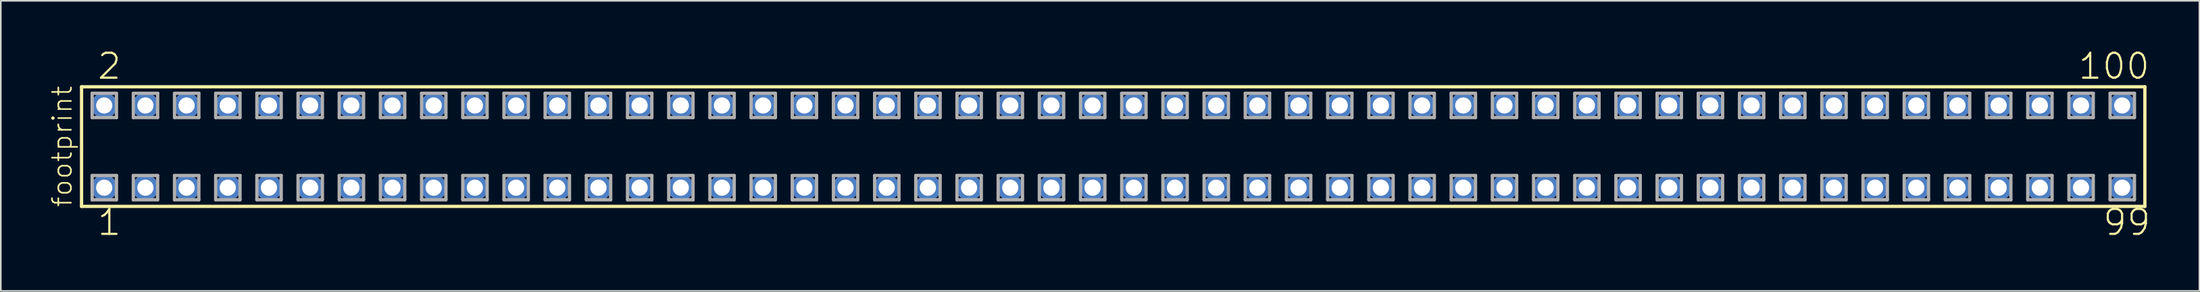
<source format=kicad_pcb>
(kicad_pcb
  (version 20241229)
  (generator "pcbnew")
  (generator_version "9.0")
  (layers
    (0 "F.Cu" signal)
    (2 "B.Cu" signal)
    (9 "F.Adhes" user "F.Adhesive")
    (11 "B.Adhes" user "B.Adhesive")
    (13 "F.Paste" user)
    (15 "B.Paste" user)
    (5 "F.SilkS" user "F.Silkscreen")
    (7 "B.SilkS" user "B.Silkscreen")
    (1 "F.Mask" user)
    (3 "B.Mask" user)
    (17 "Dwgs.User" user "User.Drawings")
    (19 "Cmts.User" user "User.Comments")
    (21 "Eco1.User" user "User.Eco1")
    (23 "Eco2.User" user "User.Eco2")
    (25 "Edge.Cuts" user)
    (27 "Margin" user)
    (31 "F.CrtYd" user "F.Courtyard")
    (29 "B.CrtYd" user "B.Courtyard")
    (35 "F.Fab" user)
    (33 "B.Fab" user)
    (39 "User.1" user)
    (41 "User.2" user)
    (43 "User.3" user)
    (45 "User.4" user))
  (footprint "footprint"
    (layer "F.Cu")
    (at 65.608 6.009)
    (property "Reference" "footprint" (at -64.135 3.81 90) (layer "F.SilkS") (effects (font (size 1.168 1.168) (thickness 0.102)) (justify left bottom)))
    (fp_line (start -63.629 -3.695) (end 63.629 -3.695) (stroke (width 0.203) (type solid)) (layer "F.SilkS"))
    (fp_line (start -63.629 3.695) (end -63.629 -3.695) (stroke (width 0.203) (type solid)) (layer "F.SilkS"))
    (fp_line (start 63.629 -3.695) (end 63.629 3.695) (stroke (width 0.203) (type solid)) (layer "F.SilkS"))
    (fp_line (start 63.629 3.695) (end -63.629 3.695) (stroke (width 0.203) (type solid)) (layer "F.SilkS"))
    (fp_line (start -62.975 -3.295) (end -61.475 -3.295) (stroke (width 0.203) (type solid)) (layer "F.Fab"))
    (fp_line (start -62.975 -1.795) (end -62.975 -3.295) (stroke (width 0.203) (type solid)) (layer "F.Fab"))
    (fp_line (start -62.975 1.785) (end -61.475 1.785) (stroke (width 0.203) (type solid)) (layer "F.Fab"))
    (fp_line (start -62.975 3.285) (end -62.975 1.785) (stroke (width 0.203) (type solid)) (layer "F.Fab"))
    (fp_line (start -61.475 -3.295) (end -61.475 -1.795) (stroke (width 0.203) (type solid)) (layer "F.Fab"))
    (fp_line (start -61.475 -1.795) (end -62.975 -1.795) (stroke (width 0.203) (type solid)) (layer "F.Fab"))
    (fp_line (start -61.475 1.785) (end -61.475 3.285) (stroke (width 0.203) (type solid)) (layer "F.Fab"))
    (fp_line (start -61.475 3.285) (end -62.975 3.285) (stroke (width 0.203) (type solid)) (layer "F.Fab"))
    (fp_line (start -60.435 -3.295) (end -58.935 -3.295) (stroke (width 0.203) (type solid)) (layer "F.Fab"))
    (fp_line (start -60.435 -1.795) (end -60.435 -3.295) (stroke (width 0.203) (type solid)) (layer "F.Fab"))
    (fp_line (start -60.435 1.785) (end -58.935 1.785) (stroke (width 0.203) (type solid)) (layer "F.Fab"))
    (fp_line (start -60.435 3.285) (end -60.435 1.785) (stroke (width 0.203) (type solid)) (layer "F.Fab"))
    (fp_line (start -58.935 -3.295) (end -58.935 -1.795) (stroke (width 0.203) (type solid)) (layer "F.Fab"))
    (fp_line (start -58.935 -1.795) (end -60.435 -1.795) (stroke (width 0.203) (type solid)) (layer "F.Fab"))
    (fp_line (start -58.935 1.785) (end -58.935 3.285) (stroke (width 0.203) (type solid)) (layer "F.Fab"))
    (fp_line (start -58.935 3.285) (end -60.435 3.285) (stroke (width 0.203) (type solid)) (layer "F.Fab"))
    (fp_line (start -57.895 -3.295) (end -56.395 -3.295) (stroke (width 0.203) (type solid)) (layer "F.Fab"))
    (fp_line (start -57.895 -1.795) (end -57.895 -3.295) (stroke (width 0.203) (type solid)) (layer "F.Fab"))
    (fp_line (start -57.895 1.785) (end -56.395 1.785) (stroke (width 0.203) (type solid)) (layer "F.Fab"))
    (fp_line (start -57.895 3.285) (end -57.895 1.785) (stroke (width 0.203) (type solid)) (layer "F.Fab"))
    (fp_line (start -56.395 -3.295) (end -56.395 -1.795) (stroke (width 0.203) (type solid)) (layer "F.Fab"))
    (fp_line (start -56.395 -1.795) (end -57.895 -1.795) (stroke (width 0.203) (type solid)) (layer "F.Fab"))
    (fp_line (start -56.395 1.785) (end -56.395 3.285) (stroke (width 0.203) (type solid)) (layer "F.Fab"))
    (fp_line (start -56.395 3.285) (end -57.895 3.285) (stroke (width 0.203) (type solid)) (layer "F.Fab"))
    (fp_line (start -55.355 -3.295) (end -53.855 -3.295) (stroke (width 0.203) (type solid)) (layer "F.Fab"))
    (fp_line (start -55.355 -1.795) (end -55.355 -3.295) (stroke (width 0.203) (type solid)) (layer "F.Fab"))
    (fp_line (start -55.355 1.785) (end -53.855 1.785) (stroke (width 0.203) (type solid)) (layer "F.Fab"))
    (fp_line (start -55.355 3.285) (end -55.355 1.785) (stroke (width 0.203) (type solid)) (layer "F.Fab"))
    (fp_line (start -53.855 -3.295) (end -53.855 -1.795) (stroke (width 0.203) (type solid)) (layer "F.Fab"))
    (fp_line (start -53.855 -1.795) (end -55.355 -1.795) (stroke (width 0.203) (type solid)) (layer "F.Fab"))
    (fp_line (start -53.855 1.785) (end -53.855 3.285) (stroke (width 0.203) (type solid)) (layer "F.Fab"))
    (fp_line (start -53.855 3.285) (end -55.355 3.285) (stroke (width 0.203) (type solid)) (layer "F.Fab"))
    (fp_line (start -52.815 -3.295) (end -51.315 -3.295) (stroke (width 0.203) (type solid)) (layer "F.Fab"))
    (fp_line (start -52.815 -1.795) (end -52.815 -3.295) (stroke (width 0.203) (type solid)) (layer "F.Fab"))
    (fp_line (start -52.815 1.785) (end -51.315 1.785) (stroke (width 0.203) (type solid)) (layer "F.Fab"))
    (fp_line (start -52.815 3.285) (end -52.815 1.785) (stroke (width 0.203) (type solid)) (layer "F.Fab"))
    (fp_line (start -51.315 -3.295) (end -51.315 -1.795) (stroke (width 0.203) (type solid)) (layer "F.Fab"))
    (fp_line (start -51.315 -1.795) (end -52.815 -1.795) (stroke (width 0.203) (type solid)) (layer "F.Fab"))
    (fp_line (start -51.315 1.785) (end -51.315 3.285) (stroke (width 0.203) (type solid)) (layer "F.Fab"))
    (fp_line (start -51.315 3.285) (end -52.815 3.285) (stroke (width 0.203) (type solid)) (layer "F.Fab"))
    (fp_line (start -50.275 -3.295) (end -48.775 -3.295) (stroke (width 0.203) (type solid)) (layer "F.Fab"))
    (fp_line (start -50.275 -1.795) (end -50.275 -3.295) (stroke (width 0.203) (type solid)) (layer "F.Fab"))
    (fp_line (start -50.275 1.785) (end -48.775 1.785) (stroke (width 0.203) (type solid)) (layer "F.Fab"))
    (fp_line (start -50.275 3.285) (end -50.275 1.785) (stroke (width 0.203) (type solid)) (layer "F.Fab"))
    (fp_line (start -48.775 -3.295) (end -48.775 -1.795) (stroke (width 0.203) (type solid)) (layer "F.Fab"))
    (fp_line (start -48.775 -1.795) (end -50.275 -1.795) (stroke (width 0.203) (type solid)) (layer "F.Fab"))
    (fp_line (start -48.775 1.785) (end -48.775 3.285) (stroke (width 0.203) (type solid)) (layer "F.Fab"))
    (fp_line (start -48.775 3.285) (end -50.275 3.285) (stroke (width 0.203) (type solid)) (layer "F.Fab"))
    (fp_line (start -47.735 -3.295) (end -46.235 -3.295) (stroke (width 0.203) (type solid)) (layer "F.Fab"))
    (fp_line (start -47.735 -1.795) (end -47.735 -3.295) (stroke (width 0.203) (type solid)) (layer "F.Fab"))
    (fp_line (start -47.735 1.785) (end -46.235 1.785) (stroke (width 0.203) (type solid)) (layer "F.Fab"))
    (fp_line (start -47.735 3.285) (end -47.735 1.785) (stroke (width 0.203) (type solid)) (layer "F.Fab"))
    (fp_line (start -46.235 -3.295) (end -46.235 -1.795) (stroke (width 0.203) (type solid)) (layer "F.Fab"))
    (fp_line (start -46.235 -1.795) (end -47.735 -1.795) (stroke (width 0.203) (type solid)) (layer "F.Fab"))
    (fp_line (start -46.235 1.785) (end -46.235 3.285) (stroke (width 0.203) (type solid)) (layer "F.Fab"))
    (fp_line (start -46.235 3.285) (end -47.735 3.285) (stroke (width 0.203) (type solid)) (layer "F.Fab"))
    (fp_line (start -45.195 -3.295) (end -43.695 -3.295) (stroke (width 0.203) (type solid)) (layer "F.Fab"))
    (fp_line (start -45.195 -1.795) (end -45.195 -3.295) (stroke (width 0.203) (type solid)) (layer "F.Fab"))
    (fp_line (start -45.195 1.785) (end -43.695 1.785) (stroke (width 0.203) (type solid)) (layer "F.Fab"))
    (fp_line (start -45.195 3.285) (end -45.195 1.785) (stroke (width 0.203) (type solid)) (layer "F.Fab"))
    (fp_line (start -43.695 -3.295) (end -43.695 -1.795) (stroke (width 0.203) (type solid)) (layer "F.Fab"))
    (fp_line (start -43.695 -1.795) (end -45.195 -1.795) (stroke (width 0.203) (type solid)) (layer "F.Fab"))
    (fp_line (start -43.695 1.785) (end -43.695 3.285) (stroke (width 0.203) (type solid)) (layer "F.Fab"))
    (fp_line (start -43.695 3.285) (end -45.195 3.285) (stroke (width 0.203) (type solid)) (layer "F.Fab"))
    (fp_line (start -42.655 -3.295) (end -41.155 -3.295) (stroke (width 0.203) (type solid)) (layer "F.Fab"))
    (fp_line (start -42.655 -1.795) (end -42.655 -3.295) (stroke (width 0.203) (type solid)) (layer "F.Fab"))
    (fp_line (start -42.655 1.785) (end -41.155 1.785) (stroke (width 0.203) (type solid)) (layer "F.Fab"))
    (fp_line (start -42.655 3.285) (end -42.655 1.785) (stroke (width 0.203) (type solid)) (layer "F.Fab"))
    (fp_line (start -41.155 -3.295) (end -41.155 -1.795) (stroke (width 0.203) (type solid)) (layer "F.Fab"))
    (fp_line (start -41.155 -1.795) (end -42.655 -1.795) (stroke (width 0.203) (type solid)) (layer "F.Fab"))
    (fp_line (start -41.155 1.785) (end -41.155 3.285) (stroke (width 0.203) (type solid)) (layer "F.Fab"))
    (fp_line (start -41.155 3.285) (end -42.655 3.285) (stroke (width 0.203) (type solid)) (layer "F.Fab"))
    (fp_line (start -40.115 -3.295) (end -38.615 -3.295) (stroke (width 0.203) (type solid)) (layer "F.Fab"))
    (fp_line (start -40.115 -1.795) (end -40.115 -3.295) (stroke (width 0.203) (type solid)) (layer "F.Fab"))
    (fp_line (start -40.115 1.785) (end -38.615 1.785) (stroke (width 0.203) (type solid)) (layer "F.Fab"))
    (fp_line (start -40.115 3.285) (end -40.115 1.785) (stroke (width 0.203) (type solid)) (layer "F.Fab"))
    (fp_line (start -38.615 -3.295) (end -38.615 -1.795) (stroke (width 0.203) (type solid)) (layer "F.Fab"))
    (fp_line (start -38.615 -1.795) (end -40.115 -1.795) (stroke (width 0.203) (type solid)) (layer "F.Fab"))
    (fp_line (start -38.615 1.785) (end -38.615 3.285) (stroke (width 0.203) (type solid)) (layer "F.Fab"))
    (fp_line (start -38.615 3.285) (end -40.115 3.285) (stroke (width 0.203) (type solid)) (layer "F.Fab"))
    (fp_line (start -37.575 -3.295) (end -36.075 -3.295) (stroke (width 0.203) (type solid)) (layer "F.Fab"))
    (fp_line (start -37.575 -1.795) (end -37.575 -3.295) (stroke (width 0.203) (type solid)) (layer "F.Fab"))
    (fp_line (start -37.575 1.785) (end -36.075 1.785) (stroke (width 0.203) (type solid)) (layer "F.Fab"))
    (fp_line (start -37.575 3.285) (end -37.575 1.785) (stroke (width 0.203) (type solid)) (layer "F.Fab"))
    (fp_line (start -36.075 -3.295) (end -36.075 -1.795) (stroke (width 0.203) (type solid)) (layer "F.Fab"))
    (fp_line (start -36.075 -1.795) (end -37.575 -1.795) (stroke (width 0.203) (type solid)) (layer "F.Fab"))
    (fp_line (start -36.075 1.785) (end -36.075 3.285) (stroke (width 0.203) (type solid)) (layer "F.Fab"))
    (fp_line (start -36.075 3.285) (end -37.575 3.285) (stroke (width 0.203) (type solid)) (layer "F.Fab"))
    (fp_line (start -35.035 -3.295) (end -33.535 -3.295) (stroke (width 0.203) (type solid)) (layer "F.Fab"))
    (fp_line (start -35.035 -1.795) (end -35.035 -3.295) (stroke (width 0.203) (type solid)) (layer "F.Fab"))
    (fp_line (start -35.035 1.785) (end -33.535 1.785) (stroke (width 0.203) (type solid)) (layer "F.Fab"))
    (fp_line (start -35.035 3.285) (end -35.035 1.785) (stroke (width 0.203) (type solid)) (layer "F.Fab"))
    (fp_line (start -33.535 -3.295) (end -33.535 -1.795) (stroke (width 0.203) (type solid)) (layer "F.Fab"))
    (fp_line (start -33.535 -1.795) (end -35.035 -1.795) (stroke (width 0.203) (type solid)) (layer "F.Fab"))
    (fp_line (start -33.535 1.785) (end -33.535 3.285) (stroke (width 0.203) (type solid)) (layer "F.Fab"))
    (fp_line (start -33.535 3.285) (end -35.035 3.285) (stroke (width 0.203) (type solid)) (layer "F.Fab"))
    (fp_line (start -32.495 -3.295) (end -30.995 -3.295) (stroke (width 0.203) (type solid)) (layer "F.Fab"))
    (fp_line (start -32.495 -1.795) (end -32.495 -3.295) (stroke (width 0.203) (type solid)) (layer "F.Fab"))
    (fp_line (start -32.495 1.785) (end -30.995 1.785) (stroke (width 0.203) (type solid)) (layer "F.Fab"))
    (fp_line (start -32.495 3.285) (end -32.495 1.785) (stroke (width 0.203) (type solid)) (layer "F.Fab"))
    (fp_line (start -30.995 -3.295) (end -30.995 -1.795) (stroke (width 0.203) (type solid)) (layer "F.Fab"))
    (fp_line (start -30.995 -1.795) (end -32.495 -1.795) (stroke (width 0.203) (type solid)) (layer "F.Fab"))
    (fp_line (start -30.995 1.785) (end -30.995 3.285) (stroke (width 0.203) (type solid)) (layer "F.Fab"))
    (fp_line (start -30.995 3.285) (end -32.495 3.285) (stroke (width 0.203) (type solid)) (layer "F.Fab"))
    (fp_line (start -29.955 -3.295) (end -28.455 -3.295) (stroke (width 0.203) (type solid)) (layer "F.Fab"))
    (fp_line (start -29.955 -1.795) (end -29.955 -3.295) (stroke (width 0.203) (type solid)) (layer "F.Fab"))
    (fp_line (start -29.955 1.785) (end -28.455 1.785) (stroke (width 0.203) (type solid)) (layer "F.Fab"))
    (fp_line (start -29.955 3.285) (end -29.955 1.785) (stroke (width 0.203) (type solid)) (layer "F.Fab"))
    (fp_line (start -28.455 -3.295) (end -28.455 -1.795) (stroke (width 0.203) (type solid)) (layer "F.Fab"))
    (fp_line (start -28.455 -1.795) (end -29.955 -1.795) (stroke (width 0.203) (type solid)) (layer "F.Fab"))
    (fp_line (start -28.455 1.785) (end -28.455 3.285) (stroke (width 0.203) (type solid)) (layer "F.Fab"))
    (fp_line (start -28.455 3.285) (end -29.955 3.285) (stroke (width 0.203) (type solid)) (layer "F.Fab"))
    (fp_line (start -27.415 -3.295) (end -25.915 -3.295) (stroke (width 0.203) (type solid)) (layer "F.Fab"))
    (fp_line (start -27.415 -1.795) (end -27.415 -3.295) (stroke (width 0.203) (type solid)) (layer "F.Fab"))
    (fp_line (start -27.415 1.785) (end -25.915 1.785) (stroke (width 0.203) (type solid)) (layer "F.Fab"))
    (fp_line (start -27.415 3.285) (end -27.415 1.785) (stroke (width 0.203) (type solid)) (layer "F.Fab"))
    (fp_line (start -25.915 -3.295) (end -25.915 -1.795) (stroke (width 0.203) (type solid)) (layer "F.Fab"))
    (fp_line (start -25.915 -1.795) (end -27.415 -1.795) (stroke (width 0.203) (type solid)) (layer "F.Fab"))
    (fp_line (start -25.915 1.785) (end -25.915 3.285) (stroke (width 0.203) (type solid)) (layer "F.Fab"))
    (fp_line (start -25.915 3.285) (end -27.415 3.285) (stroke (width 0.203) (type solid)) (layer "F.Fab"))
    (fp_line (start -24.875 -3.295) (end -23.375 -3.295) (stroke (width 0.203) (type solid)) (layer "F.Fab"))
    (fp_line (start -24.875 -1.795) (end -24.875 -3.295) (stroke (width 0.203) (type solid)) (layer "F.Fab"))
    (fp_line (start -24.875 1.785) (end -23.375 1.785) (stroke (width 0.203) (type solid)) (layer "F.Fab"))
    (fp_line (start -24.875 3.285) (end -24.875 1.785) (stroke (width 0.203) (type solid)) (layer "F.Fab"))
    (fp_line (start -23.375 -3.295) (end -23.375 -1.795) (stroke (width 0.203) (type solid)) (layer "F.Fab"))
    (fp_line (start -23.375 -1.795) (end -24.875 -1.795) (stroke (width 0.203) (type solid)) (layer "F.Fab"))
    (fp_line (start -23.375 1.785) (end -23.375 3.285) (stroke (width 0.203) (type solid)) (layer "F.Fab"))
    (fp_line (start -23.375 3.285) (end -24.875 3.285) (stroke (width 0.203) (type solid)) (layer "F.Fab"))
    (fp_line (start -22.335 -3.295) (end -20.835 -3.295) (stroke (width 0.203) (type solid)) (layer "F.Fab"))
    (fp_line (start -22.335 -1.795) (end -22.335 -3.295) (stroke (width 0.203) (type solid)) (layer "F.Fab"))
    (fp_line (start -22.335 1.785) (end -20.835 1.785) (stroke (width 0.203) (type solid)) (layer "F.Fab"))
    (fp_line (start -22.335 3.285) (end -22.335 1.785) (stroke (width 0.203) (type solid)) (layer "F.Fab"))
    (fp_line (start -20.835 -3.295) (end -20.835 -1.795) (stroke (width 0.203) (type solid)) (layer "F.Fab"))
    (fp_line (start -20.835 -1.795) (end -22.335 -1.795) (stroke (width 0.203) (type solid)) (layer "F.Fab"))
    (fp_line (start -20.835 1.785) (end -20.835 3.285) (stroke (width 0.203) (type solid)) (layer "F.Fab"))
    (fp_line (start -20.835 3.285) (end -22.335 3.285) (stroke (width 0.203) (type solid)) (layer "F.Fab"))
    (fp_line (start -19.795 -3.295) (end -18.295 -3.295) (stroke (width 0.203) (type solid)) (layer "F.Fab"))
    (fp_line (start -19.795 -1.795) (end -19.795 -3.295) (stroke (width 0.203) (type solid)) (layer "F.Fab"))
    (fp_line (start -19.795 1.785) (end -18.295 1.785) (stroke (width 0.203) (type solid)) (layer "F.Fab"))
    (fp_line (start -19.795 3.285) (end -19.795 1.785) (stroke (width 0.203) (type solid)) (layer "F.Fab"))
    (fp_line (start -18.295 -3.295) (end -18.295 -1.795) (stroke (width 0.203) (type solid)) (layer "F.Fab"))
    (fp_line (start -18.295 -1.795) (end -19.795 -1.795) (stroke (width 0.203) (type solid)) (layer "F.Fab"))
    (fp_line (start -18.295 1.785) (end -18.295 3.285) (stroke (width 0.203) (type solid)) (layer "F.Fab"))
    (fp_line (start -18.295 3.285) (end -19.795 3.285) (stroke (width 0.203) (type solid)) (layer "F.Fab"))
    (fp_line (start -17.255 -3.295) (end -15.755 -3.295) (stroke (width 0.203) (type solid)) (layer "F.Fab"))
    (fp_line (start -17.255 -1.795) (end -17.255 -3.295) (stroke (width 0.203) (type solid)) (layer "F.Fab"))
    (fp_line (start -17.255 1.785) (end -15.755 1.785) (stroke (width 0.203) (type solid)) (layer "F.Fab"))
    (fp_line (start -17.255 3.285) (end -17.255 1.785) (stroke (width 0.203) (type solid)) (layer "F.Fab"))
    (fp_line (start -15.755 -3.295) (end -15.755 -1.795) (stroke (width 0.203) (type solid)) (layer "F.Fab"))
    (fp_line (start -15.755 -1.795) (end -17.255 -1.795) (stroke (width 0.203) (type solid)) (layer "F.Fab"))
    (fp_line (start -15.755 1.785) (end -15.755 3.285) (stroke (width 0.203) (type solid)) (layer "F.Fab"))
    (fp_line (start -15.755 3.285) (end -17.255 3.285) (stroke (width 0.203) (type solid)) (layer "F.Fab"))
    (fp_line (start -14.715 -3.295) (end -13.215 -3.295) (stroke (width 0.203) (type solid)) (layer "F.Fab"))
    (fp_line (start -14.715 -1.795) (end -14.715 -3.295) (stroke (width 0.203) (type solid)) (layer "F.Fab"))
    (fp_line (start -14.715 1.785) (end -13.215 1.785) (stroke (width 0.203) (type solid)) (layer "F.Fab"))
    (fp_line (start -14.715 3.285) (end -14.715 1.785) (stroke (width 0.203) (type solid)) (layer "F.Fab"))
    (fp_line (start -13.215 -3.295) (end -13.215 -1.795) (stroke (width 0.203) (type solid)) (layer "F.Fab"))
    (fp_line (start -13.215 -1.795) (end -14.715 -1.795) (stroke (width 0.203) (type solid)) (layer "F.Fab"))
    (fp_line (start -13.215 1.785) (end -13.215 3.285) (stroke (width 0.203) (type solid)) (layer "F.Fab"))
    (fp_line (start -13.215 3.285) (end -14.715 3.285) (stroke (width 0.203) (type solid)) (layer "F.Fab"))
    (fp_line (start -12.175 -3.295) (end -10.675 -3.295) (stroke (width 0.203) (type solid)) (layer "F.Fab"))
    (fp_line (start -12.175 -1.795) (end -12.175 -3.295) (stroke (width 0.203) (type solid)) (layer "F.Fab"))
    (fp_line (start -12.175 1.785) (end -10.675 1.785) (stroke (width 0.203) (type solid)) (layer "F.Fab"))
    (fp_line (start -12.175 3.285) (end -12.175 1.785) (stroke (width 0.203) (type solid)) (layer "F.Fab"))
    (fp_line (start -10.675 -3.295) (end -10.675 -1.795) (stroke (width 0.203) (type solid)) (layer "F.Fab"))
    (fp_line (start -10.675 -1.795) (end -12.175 -1.795) (stroke (width 0.203) (type solid)) (layer "F.Fab"))
    (fp_line (start -10.675 1.785) (end -10.675 3.285) (stroke (width 0.203) (type solid)) (layer "F.Fab"))
    (fp_line (start -10.675 3.285) (end -12.175 3.285) (stroke (width 0.203) (type solid)) (layer "F.Fab"))
    (fp_line (start -9.635 -3.295) (end -8.135 -3.295) (stroke (width 0.203) (type solid)) (layer "F.Fab"))
    (fp_line (start -9.635 -1.795) (end -9.635 -3.295) (stroke (width 0.203) (type solid)) (layer "F.Fab"))
    (fp_line (start -9.635 1.785) (end -8.135 1.785) (stroke (width 0.203) (type solid)) (layer "F.Fab"))
    (fp_line (start -9.635 3.285) (end -9.635 1.785) (stroke (width 0.203) (type solid)) (layer "F.Fab"))
    (fp_line (start -8.135 -3.295) (end -8.135 -1.795) (stroke (width 0.203) (type solid)) (layer "F.Fab"))
    (fp_line (start -8.135 -1.795) (end -9.635 -1.795) (stroke (width 0.203) (type solid)) (layer "F.Fab"))
    (fp_line (start -8.135 1.785) (end -8.135 3.285) (stroke (width 0.203) (type solid)) (layer "F.Fab"))
    (fp_line (start -8.135 3.285) (end -9.635 3.285) (stroke (width 0.203) (type solid)) (layer "F.Fab"))
    (fp_line (start -7.095 -3.295) (end -5.595 -3.295) (stroke (width 0.203) (type solid)) (layer "F.Fab"))
    (fp_line (start -7.095 -1.795) (end -7.095 -3.295) (stroke (width 0.203) (type solid)) (layer "F.Fab"))
    (fp_line (start -7.095 1.785) (end -5.595 1.785) (stroke (width 0.203) (type solid)) (layer "F.Fab"))
    (fp_line (start -7.095 3.285) (end -7.095 1.785) (stroke (width 0.203) (type solid)) (layer "F.Fab"))
    (fp_line (start -5.595 -3.295) (end -5.595 -1.795) (stroke (width 0.203) (type solid)) (layer "F.Fab"))
    (fp_line (start -5.595 -1.795) (end -7.095 -1.795) (stroke (width 0.203) (type solid)) (layer "F.Fab"))
    (fp_line (start -5.595 1.785) (end -5.595 3.285) (stroke (width 0.203) (type solid)) (layer "F.Fab"))
    (fp_line (start -5.595 3.285) (end -7.095 3.285) (stroke (width 0.203) (type solid)) (layer "F.Fab"))
    (fp_line (start -4.555 -3.295) (end -3.055 -3.295) (stroke (width 0.203) (type solid)) (layer "F.Fab"))
    (fp_line (start -4.555 -1.795) (end -4.555 -3.295) (stroke (width 0.203) (type solid)) (layer "F.Fab"))
    (fp_line (start -4.555 1.785) (end -3.055 1.785) (stroke (width 0.203) (type solid)) (layer "F.Fab"))
    (fp_line (start -4.555 3.285) (end -4.555 1.785) (stroke (width 0.203) (type solid)) (layer "F.Fab"))
    (fp_line (start -3.055 -3.295) (end -3.055 -1.795) (stroke (width 0.203) (type solid)) (layer "F.Fab"))
    (fp_line (start -3.055 -1.795) (end -4.555 -1.795) (stroke (width 0.203) (type solid)) (layer "F.Fab"))
    (fp_line (start -3.055 1.785) (end -3.055 3.285) (stroke (width 0.203) (type solid)) (layer "F.Fab"))
    (fp_line (start -3.055 3.285) (end -4.555 3.285) (stroke (width 0.203) (type solid)) (layer "F.Fab"))
    (fp_line (start -2.015 -3.295) (end -0.515 -3.295) (stroke (width 0.203) (type solid)) (layer "F.Fab"))
    (fp_line (start -2.015 -1.795) (end -2.015 -3.295) (stroke (width 0.203) (type solid)) (layer "F.Fab"))
    (fp_line (start -2.015 1.785) (end -0.515 1.785) (stroke (width 0.203) (type solid)) (layer "F.Fab"))
    (fp_line (start -2.015 3.285) (end -2.015 1.785) (stroke (width 0.203) (type solid)) (layer "F.Fab"))
    (fp_line (start -0.515 -3.295) (end -0.515 -1.795) (stroke (width 0.203) (type solid)) (layer "F.Fab"))
    (fp_line (start -0.515 -1.795) (end -2.015 -1.795) (stroke (width 0.203) (type solid)) (layer "F.Fab"))
    (fp_line (start -0.515 1.785) (end -0.515 3.285) (stroke (width 0.203) (type solid)) (layer "F.Fab"))
    (fp_line (start -0.515 3.285) (end -2.015 3.285) (stroke (width 0.203) (type solid)) (layer "F.Fab"))
    (fp_line (start 0.525 -3.295) (end 2.025 -3.295) (stroke (width 0.203) (type solid)) (layer "F.Fab"))
    (fp_line (start 0.525 -1.795) (end 0.525 -3.295) (stroke (width 0.203) (type solid)) (layer "F.Fab"))
    (fp_line (start 0.525 1.785) (end 2.025 1.785) (stroke (width 0.203) (type solid)) (layer "F.Fab"))
    (fp_line (start 0.525 3.285) (end 0.525 1.785) (stroke (width 0.203) (type solid)) (layer "F.Fab"))
    (fp_line (start 2.025 -3.295) (end 2.025 -1.795) (stroke (width 0.203) (type solid)) (layer "F.Fab"))
    (fp_line (start 2.025 -1.795) (end 0.525 -1.795) (stroke (width 0.203) (type solid)) (layer "F.Fab"))
    (fp_line (start 2.025 1.785) (end 2.025 3.285) (stroke (width 0.203) (type solid)) (layer "F.Fab"))
    (fp_line (start 2.025 3.285) (end 0.525 3.285) (stroke (width 0.203) (type solid)) (layer "F.Fab"))
    (fp_line (start 3.065 -3.295) (end 4.565 -3.295) (stroke (width 0.203) (type solid)) (layer "F.Fab"))
    (fp_line (start 3.065 -1.795) (end 3.065 -3.295) (stroke (width 0.203) (type solid)) (layer "F.Fab"))
    (fp_line (start 3.065 1.785) (end 4.565 1.785) (stroke (width 0.203) (type solid)) (layer "F.Fab"))
    (fp_line (start 3.065 3.285) (end 3.065 1.785) (stroke (width 0.203) (type solid)) (layer "F.Fab"))
    (fp_line (start 4.565 -3.295) (end 4.565 -1.795) (stroke (width 0.203) (type solid)) (layer "F.Fab"))
    (fp_line (start 4.565 -1.795) (end 3.065 -1.795) (stroke (width 0.203) (type solid)) (layer "F.Fab"))
    (fp_line (start 4.565 1.785) (end 4.565 3.285) (stroke (width 0.203) (type solid)) (layer "F.Fab"))
    (fp_line (start 4.565 3.285) (end 3.065 3.285) (stroke (width 0.203) (type solid)) (layer "F.Fab"))
    (fp_line (start 5.605 -3.295) (end 7.105 -3.295) (stroke (width 0.203) (type solid)) (layer "F.Fab"))
    (fp_line (start 5.605 -1.795) (end 5.605 -3.295) (stroke (width 0.203) (type solid)) (layer "F.Fab"))
    (fp_line (start 5.605 1.785) (end 7.105 1.785) (stroke (width 0.203) (type solid)) (layer "F.Fab"))
    (fp_line (start 5.605 3.285) (end 5.605 1.785) (stroke (width 0.203) (type solid)) (layer "F.Fab"))
    (fp_line (start 7.105 -3.295) (end 7.105 -1.795) (stroke (width 0.203) (type solid)) (layer "F.Fab"))
    (fp_line (start 7.105 -1.795) (end 5.605 -1.795) (stroke (width 0.203) (type solid)) (layer "F.Fab"))
    (fp_line (start 7.105 1.785) (end 7.105 3.285) (stroke (width 0.203) (type solid)) (layer "F.Fab"))
    (fp_line (start 7.105 3.285) (end 5.605 3.285) (stroke (width 0.203) (type solid)) (layer "F.Fab"))
    (fp_line (start 8.145 -3.295) (end 9.645 -3.295) (stroke (width 0.203) (type solid)) (layer "F.Fab"))
    (fp_line (start 8.145 -1.795) (end 8.145 -3.295) (stroke (width 0.203) (type solid)) (layer "F.Fab"))
    (fp_line (start 8.145 1.785) (end 9.645 1.785) (stroke (width 0.203) (type solid)) (layer "F.Fab"))
    (fp_line (start 8.145 3.285) (end 8.145 1.785) (stroke (width 0.203) (type solid)) (layer "F.Fab"))
    (fp_line (start 9.645 -3.295) (end 9.645 -1.795) (stroke (width 0.203) (type solid)) (layer "F.Fab"))
    (fp_line (start 9.645 -1.795) (end 8.145 -1.795) (stroke (width 0.203) (type solid)) (layer "F.Fab"))
    (fp_line (start 9.645 1.785) (end 9.645 3.285) (stroke (width 0.203) (type solid)) (layer "F.Fab"))
    (fp_line (start 9.645 3.285) (end 8.145 3.285) (stroke (width 0.203) (type solid)) (layer "F.Fab"))
    (fp_line (start 10.685 -3.295) (end 12.185 -3.295) (stroke (width 0.203) (type solid)) (layer "F.Fab"))
    (fp_line (start 10.685 -1.795) (end 10.685 -3.295) (stroke (width 0.203) (type solid)) (layer "F.Fab"))
    (fp_line (start 10.685 1.785) (end 12.185 1.785) (stroke (width 0.203) (type solid)) (layer "F.Fab"))
    (fp_line (start 10.685 3.285) (end 10.685 1.785) (stroke (width 0.203) (type solid)) (layer "F.Fab"))
    (fp_line (start 12.185 -3.295) (end 12.185 -1.795) (stroke (width 0.203) (type solid)) (layer "F.Fab"))
    (fp_line (start 12.185 -1.795) (end 10.685 -1.795) (stroke (width 0.203) (type solid)) (layer "F.Fab"))
    (fp_line (start 12.185 1.785) (end 12.185 3.285) (stroke (width 0.203) (type solid)) (layer "F.Fab"))
    (fp_line (start 12.185 3.285) (end 10.685 3.285) (stroke (width 0.203) (type solid)) (layer "F.Fab"))
    (fp_line (start 13.225 -3.295) (end 14.725 -3.295) (stroke (width 0.203) (type solid)) (layer "F.Fab"))
    (fp_line (start 13.225 -1.795) (end 13.225 -3.295) (stroke (width 0.203) (type solid)) (layer "F.Fab"))
    (fp_line (start 13.225 1.785) (end 14.725 1.785) (stroke (width 0.203) (type solid)) (layer "F.Fab"))
    (fp_line (start 13.225 3.285) (end 13.225 1.785) (stroke (width 0.203) (type solid)) (layer "F.Fab"))
    (fp_line (start 14.725 -3.295) (end 14.725 -1.795) (stroke (width 0.203) (type solid)) (layer "F.Fab"))
    (fp_line (start 14.725 -1.795) (end 13.225 -1.795) (stroke (width 0.203) (type solid)) (layer "F.Fab"))
    (fp_line (start 14.725 1.785) (end 14.725 3.285) (stroke (width 0.203) (type solid)) (layer "F.Fab"))
    (fp_line (start 14.725 3.285) (end 13.225 3.285) (stroke (width 0.203) (type solid)) (layer "F.Fab"))
    (fp_line (start 15.765 -3.295) (end 17.265 -3.295) (stroke (width 0.203) (type solid)) (layer "F.Fab"))
    (fp_line (start 15.765 -1.795) (end 15.765 -3.295) (stroke (width 0.203) (type solid)) (layer "F.Fab"))
    (fp_line (start 15.765 1.785) (end 17.265 1.785) (stroke (width 0.203) (type solid)) (layer "F.Fab"))
    (fp_line (start 15.765 3.285) (end 15.765 1.785) (stroke (width 0.203) (type solid)) (layer "F.Fab"))
    (fp_line (start 17.265 -3.295) (end 17.265 -1.795) (stroke (width 0.203) (type solid)) (layer "F.Fab"))
    (fp_line (start 17.265 -1.795) (end 15.765 -1.795) (stroke (width 0.203) (type solid)) (layer "F.Fab"))
    (fp_line (start 17.265 1.785) (end 17.265 3.285) (stroke (width 0.203) (type solid)) (layer "F.Fab"))
    (fp_line (start 17.265 3.285) (end 15.765 3.285) (stroke (width 0.203) (type solid)) (layer "F.Fab"))
    (fp_line (start 18.305 -3.295) (end 19.805 -3.295) (stroke (width 0.203) (type solid)) (layer "F.Fab"))
    (fp_line (start 18.305 -1.795) (end 18.305 -3.295) (stroke (width 0.203) (type solid)) (layer "F.Fab"))
    (fp_line (start 18.305 1.785) (end 19.805 1.785) (stroke (width 0.203) (type solid)) (layer "F.Fab"))
    (fp_line (start 18.305 3.285) (end 18.305 1.785) (stroke (width 0.203) (type solid)) (layer "F.Fab"))
    (fp_line (start 19.805 -3.295) (end 19.805 -1.795) (stroke (width 0.203) (type solid)) (layer "F.Fab"))
    (fp_line (start 19.805 -1.795) (end 18.305 -1.795) (stroke (width 0.203) (type solid)) (layer "F.Fab"))
    (fp_line (start 19.805 1.785) (end 19.805 3.285) (stroke (width 0.203) (type solid)) (layer "F.Fab"))
    (fp_line (start 19.805 3.285) (end 18.305 3.285) (stroke (width 0.203) (type solid)) (layer "F.Fab"))
    (fp_line (start 20.845 -3.295) (end 22.345 -3.295) (stroke (width 0.203) (type solid)) (layer "F.Fab"))
    (fp_line (start 20.845 -1.795) (end 20.845 -3.295) (stroke (width 0.203) (type solid)) (layer "F.Fab"))
    (fp_line (start 20.845 1.785) (end 22.345 1.785) (stroke (width 0.203) (type solid)) (layer "F.Fab"))
    (fp_line (start 20.845 3.285) (end 20.845 1.785) (stroke (width 0.203) (type solid)) (layer "F.Fab"))
    (fp_line (start 22.345 -3.295) (end 22.345 -1.795) (stroke (width 0.203) (type solid)) (layer "F.Fab"))
    (fp_line (start 22.345 -1.795) (end 20.845 -1.795) (stroke (width 0.203) (type solid)) (layer "F.Fab"))
    (fp_line (start 22.345 1.785) (end 22.345 3.285) (stroke (width 0.203) (type solid)) (layer "F.Fab"))
    (fp_line (start 22.345 3.285) (end 20.845 3.285) (stroke (width 0.203) (type solid)) (layer "F.Fab"))
    (fp_line (start 23.385 -3.295) (end 24.885 -3.295) (stroke (width 0.203) (type solid)) (layer "F.Fab"))
    (fp_line (start 23.385 -1.795) (end 23.385 -3.295) (stroke (width 0.203) (type solid)) (layer "F.Fab"))
    (fp_line (start 23.385 1.785) (end 24.885 1.785) (stroke (width 0.203) (type solid)) (layer "F.Fab"))
    (fp_line (start 23.385 3.285) (end 23.385 1.785) (stroke (width 0.203) (type solid)) (layer "F.Fab"))
    (fp_line (start 24.885 -3.295) (end 24.885 -1.795) (stroke (width 0.203) (type solid)) (layer "F.Fab"))
    (fp_line (start 24.885 -1.795) (end 23.385 -1.795) (stroke (width 0.203) (type solid)) (layer "F.Fab"))
    (fp_line (start 24.885 1.785) (end 24.885 3.285) (stroke (width 0.203) (type solid)) (layer "F.Fab"))
    (fp_line (start 24.885 3.285) (end 23.385 3.285) (stroke (width 0.203) (type solid)) (layer "F.Fab"))
    (fp_line (start 25.925 -3.295) (end 27.425 -3.295) (stroke (width 0.203) (type solid)) (layer "F.Fab"))
    (fp_line (start 25.925 -1.795) (end 25.925 -3.295) (stroke (width 0.203) (type solid)) (layer "F.Fab"))
    (fp_line (start 25.925 1.785) (end 27.425 1.785) (stroke (width 0.203) (type solid)) (layer "F.Fab"))
    (fp_line (start 25.925 3.285) (end 25.925 1.785) (stroke (width 0.203) (type solid)) (layer "F.Fab"))
    (fp_line (start 27.425 -3.295) (end 27.425 -1.795) (stroke (width 0.203) (type solid)) (layer "F.Fab"))
    (fp_line (start 27.425 -1.795) (end 25.925 -1.795) (stroke (width 0.203) (type solid)) (layer "F.Fab"))
    (fp_line (start 27.425 1.785) (end 27.425 3.285) (stroke (width 0.203) (type solid)) (layer "F.Fab"))
    (fp_line (start 27.425 3.285) (end 25.925 3.285) (stroke (width 0.203) (type solid)) (layer "F.Fab"))
    (fp_line (start 28.465 -3.295) (end 29.965 -3.295) (stroke (width 0.203) (type solid)) (layer "F.Fab"))
    (fp_line (start 28.465 -1.795) (end 28.465 -3.295) (stroke (width 0.203) (type solid)) (layer "F.Fab"))
    (fp_line (start 28.465 1.785) (end 29.965 1.785) (stroke (width 0.203) (type solid)) (layer "F.Fab"))
    (fp_line (start 28.465 3.285) (end 28.465 1.785) (stroke (width 0.203) (type solid)) (layer "F.Fab"))
    (fp_line (start 29.965 -3.295) (end 29.965 -1.795) (stroke (width 0.203) (type solid)) (layer "F.Fab"))
    (fp_line (start 29.965 -1.795) (end 28.465 -1.795) (stroke (width 0.203) (type solid)) (layer "F.Fab"))
    (fp_line (start 29.965 1.785) (end 29.965 3.285) (stroke (width 0.203) (type solid)) (layer "F.Fab"))
    (fp_line (start 29.965 3.285) (end 28.465 3.285) (stroke (width 0.203) (type solid)) (layer "F.Fab"))
    (fp_line (start 31.005 -3.295) (end 32.505 -3.295) (stroke (width 0.203) (type solid)) (layer "F.Fab"))
    (fp_line (start 31.005 -1.795) (end 31.005 -3.295) (stroke (width 0.203) (type solid)) (layer "F.Fab"))
    (fp_line (start 31.005 1.785) (end 32.505 1.785) (stroke (width 0.203) (type solid)) (layer "F.Fab"))
    (fp_line (start 31.005 3.285) (end 31.005 1.785) (stroke (width 0.203) (type solid)) (layer "F.Fab"))
    (fp_line (start 32.505 -3.295) (end 32.505 -1.795) (stroke (width 0.203) (type solid)) (layer "F.Fab"))
    (fp_line (start 32.505 -1.795) (end 31.005 -1.795) (stroke (width 0.203) (type solid)) (layer "F.Fab"))
    (fp_line (start 32.505 1.785) (end 32.505 3.285) (stroke (width 0.203) (type solid)) (layer "F.Fab"))
    (fp_line (start 32.505 3.285) (end 31.005 3.285) (stroke (width 0.203) (type solid)) (layer "F.Fab"))
    (fp_line (start 33.545 -3.295) (end 35.045 -3.295) (stroke (width 0.203) (type solid)) (layer "F.Fab"))
    (fp_line (start 33.545 -1.795) (end 33.545 -3.295) (stroke (width 0.203) (type solid)) (layer "F.Fab"))
    (fp_line (start 33.545 1.785) (end 35.045 1.785) (stroke (width 0.203) (type solid)) (layer "F.Fab"))
    (fp_line (start 33.545 3.285) (end 33.545 1.785) (stroke (width 0.203) (type solid)) (layer "F.Fab"))
    (fp_line (start 35.045 -3.295) (end 35.045 -1.795) (stroke (width 0.203) (type solid)) (layer "F.Fab"))
    (fp_line (start 35.045 -1.795) (end 33.545 -1.795) (stroke (width 0.203) (type solid)) (layer "F.Fab"))
    (fp_line (start 35.045 1.785) (end 35.045 3.285) (stroke (width 0.203) (type solid)) (layer "F.Fab"))
    (fp_line (start 35.045 3.285) (end 33.545 3.285) (stroke (width 0.203) (type solid)) (layer "F.Fab"))
    (fp_line (start 36.085 -3.295) (end 37.585 -3.295) (stroke (width 0.203) (type solid)) (layer "F.Fab"))
    (fp_line (start 36.085 -1.795) (end 36.085 -3.295) (stroke (width 0.203) (type solid)) (layer "F.Fab"))
    (fp_line (start 36.085 1.785) (end 37.585 1.785) (stroke (width 0.203) (type solid)) (layer "F.Fab"))
    (fp_line (start 36.085 3.285) (end 36.085 1.785) (stroke (width 0.203) (type solid)) (layer "F.Fab"))
    (fp_line (start 37.585 -3.295) (end 37.585 -1.795) (stroke (width 0.203) (type solid)) (layer "F.Fab"))
    (fp_line (start 37.585 -1.795) (end 36.085 -1.795) (stroke (width 0.203) (type solid)) (layer "F.Fab"))
    (fp_line (start 37.585 1.785) (end 37.585 3.285) (stroke (width 0.203) (type solid)) (layer "F.Fab"))
    (fp_line (start 37.585 3.285) (end 36.085 3.285) (stroke (width 0.203) (type solid)) (layer "F.Fab"))
    (fp_line (start 38.625 -3.295) (end 40.125 -3.295) (stroke (width 0.203) (type solid)) (layer "F.Fab"))
    (fp_line (start 38.625 -1.795) (end 38.625 -3.295) (stroke (width 0.203) (type solid)) (layer "F.Fab"))
    (fp_line (start 38.625 1.785) (end 40.125 1.785) (stroke (width 0.203) (type solid)) (layer "F.Fab"))
    (fp_line (start 38.625 3.285) (end 38.625 1.785) (stroke (width 0.203) (type solid)) (layer "F.Fab"))
    (fp_line (start 40.125 -3.295) (end 40.125 -1.795) (stroke (width 0.203) (type solid)) (layer "F.Fab"))
    (fp_line (start 40.125 -1.795) (end 38.625 -1.795) (stroke (width 0.203) (type solid)) (layer "F.Fab"))
    (fp_line (start 40.125 1.785) (end 40.125 3.285) (stroke (width 0.203) (type solid)) (layer "F.Fab"))
    (fp_line (start 40.125 3.285) (end 38.625 3.285) (stroke (width 0.203) (type solid)) (layer "F.Fab"))
    (fp_line (start 41.165 -3.295) (end 42.665 -3.295) (stroke (width 0.203) (type solid)) (layer "F.Fab"))
    (fp_line (start 41.165 -1.795) (end 41.165 -3.295) (stroke (width 0.203) (type solid)) (layer "F.Fab"))
    (fp_line (start 41.165 1.785) (end 42.665 1.785) (stroke (width 0.203) (type solid)) (layer "F.Fab"))
    (fp_line (start 41.165 3.285) (end 41.165 1.785) (stroke (width 0.203) (type solid)) (layer "F.Fab"))
    (fp_line (start 42.665 -3.295) (end 42.665 -1.795) (stroke (width 0.203) (type solid)) (layer "F.Fab"))
    (fp_line (start 42.665 -1.795) (end 41.165 -1.795) (stroke (width 0.203) (type solid)) (layer "F.Fab"))
    (fp_line (start 42.665 1.785) (end 42.665 3.285) (stroke (width 0.203) (type solid)) (layer "F.Fab"))
    (fp_line (start 42.665 3.285) (end 41.165 3.285) (stroke (width 0.203) (type solid)) (layer "F.Fab"))
    (fp_line (start 43.705 -3.295) (end 45.205 -3.295) (stroke (width 0.203) (type solid)) (layer "F.Fab"))
    (fp_line (start 43.705 -1.795) (end 43.705 -3.295) (stroke (width 0.203) (type solid)) (layer "F.Fab"))
    (fp_line (start 43.705 1.785) (end 45.205 1.785) (stroke (width 0.203) (type solid)) (layer "F.Fab"))
    (fp_line (start 43.705 3.285) (end 43.705 1.785) (stroke (width 0.203) (type solid)) (layer "F.Fab"))
    (fp_line (start 45.205 -3.295) (end 45.205 -1.795) (stroke (width 0.203) (type solid)) (layer "F.Fab"))
    (fp_line (start 45.205 -1.795) (end 43.705 -1.795) (stroke (width 0.203) (type solid)) (layer "F.Fab"))
    (fp_line (start 45.205 1.785) (end 45.205 3.285) (stroke (width 0.203) (type solid)) (layer "F.Fab"))
    (fp_line (start 45.205 3.285) (end 43.705 3.285) (stroke (width 0.203) (type solid)) (layer "F.Fab"))
    (fp_line (start 46.245 -3.295) (end 47.745 -3.295) (stroke (width 0.203) (type solid)) (layer "F.Fab"))
    (fp_line (start 46.245 -1.795) (end 46.245 -3.295) (stroke (width 0.203) (type solid)) (layer "F.Fab"))
    (fp_line (start 46.245 1.785) (end 47.745 1.785) (stroke (width 0.203) (type solid)) (layer "F.Fab"))
    (fp_line (start 46.245 3.285) (end 46.245 1.785) (stroke (width 0.203) (type solid)) (layer "F.Fab"))
    (fp_line (start 47.745 -3.295) (end 47.745 -1.795) (stroke (width 0.203) (type solid)) (layer "F.Fab"))
    (fp_line (start 47.745 -1.795) (end 46.245 -1.795) (stroke (width 0.203) (type solid)) (layer "F.Fab"))
    (fp_line (start 47.745 1.785) (end 47.745 3.285) (stroke (width 0.203) (type solid)) (layer "F.Fab"))
    (fp_line (start 47.745 3.285) (end 46.245 3.285) (stroke (width 0.203) (type solid)) (layer "F.Fab"))
    (fp_line (start 48.785 -3.295) (end 50.285 -3.295) (stroke (width 0.203) (type solid)) (layer "F.Fab"))
    (fp_line (start 48.785 -1.795) (end 48.785 -3.295) (stroke (width 0.203) (type solid)) (layer "F.Fab"))
    (fp_line (start 48.785 1.785) (end 50.285 1.785) (stroke (width 0.203) (type solid)) (layer "F.Fab"))
    (fp_line (start 48.785 3.285) (end 48.785 1.785) (stroke (width 0.203) (type solid)) (layer "F.Fab"))
    (fp_line (start 50.285 -3.295) (end 50.285 -1.795) (stroke (width 0.203) (type solid)) (layer "F.Fab"))
    (fp_line (start 50.285 -1.795) (end 48.785 -1.795) (stroke (width 0.203) (type solid)) (layer "F.Fab"))
    (fp_line (start 50.285 1.785) (end 50.285 3.285) (stroke (width 0.203) (type solid)) (layer "F.Fab"))
    (fp_line (start 50.285 3.285) (end 48.785 3.285) (stroke (width 0.203) (type solid)) (layer "F.Fab"))
    (fp_line (start 51.325 -3.295) (end 52.825 -3.295) (stroke (width 0.203) (type solid)) (layer "F.Fab"))
    (fp_line (start 51.325 -1.795) (end 51.325 -3.295) (stroke (width 0.203) (type solid)) (layer "F.Fab"))
    (fp_line (start 51.325 1.785) (end 52.825 1.785) (stroke (width 0.203) (type solid)) (layer "F.Fab"))
    (fp_line (start 51.325 3.285) (end 51.325 1.785) (stroke (width 0.203) (type solid)) (layer "F.Fab"))
    (fp_line (start 52.825 -3.295) (end 52.825 -1.795) (stroke (width 0.203) (type solid)) (layer "F.Fab"))
    (fp_line (start 52.825 -1.795) (end 51.325 -1.795) (stroke (width 0.203) (type solid)) (layer "F.Fab"))
    (fp_line (start 52.825 1.785) (end 52.825 3.285) (stroke (width 0.203) (type solid)) (layer "F.Fab"))
    (fp_line (start 52.825 3.285) (end 51.325 3.285) (stroke (width 0.203) (type solid)) (layer "F.Fab"))
    (fp_line (start 53.865 -3.295) (end 55.365 -3.295) (stroke (width 0.203) (type solid)) (layer "F.Fab"))
    (fp_line (start 53.865 -1.795) (end 53.865 -3.295) (stroke (width 0.203) (type solid)) (layer "F.Fab"))
    (fp_line (start 53.865 1.785) (end 55.365 1.785) (stroke (width 0.203) (type solid)) (layer "F.Fab"))
    (fp_line (start 53.865 3.285) (end 53.865 1.785) (stroke (width 0.203) (type solid)) (layer "F.Fab"))
    (fp_line (start 55.365 -3.295) (end 55.365 -1.795) (stroke (width 0.203) (type solid)) (layer "F.Fab"))
    (fp_line (start 55.365 -1.795) (end 53.865 -1.795) (stroke (width 0.203) (type solid)) (layer "F.Fab"))
    (fp_line (start 55.365 1.785) (end 55.365 3.285) (stroke (width 0.203) (type solid)) (layer "F.Fab"))
    (fp_line (start 55.365 3.285) (end 53.865 3.285) (stroke (width 0.203) (type solid)) (layer "F.Fab"))
    (fp_line (start 56.405 -3.295) (end 57.905 -3.295) (stroke (width 0.203) (type solid)) (layer "F.Fab"))
    (fp_line (start 56.405 -1.795) (end 56.405 -3.295) (stroke (width 0.203) (type solid)) (layer "F.Fab"))
    (fp_line (start 56.405 1.785) (end 57.905 1.785) (stroke (width 0.203) (type solid)) (layer "F.Fab"))
    (fp_line (start 56.405 3.285) (end 56.405 1.785) (stroke (width 0.203) (type solid)) (layer "F.Fab"))
    (fp_line (start 57.905 -3.295) (end 57.905 -1.795) (stroke (width 0.203) (type solid)) (layer "F.Fab"))
    (fp_line (start 57.905 -1.795) (end 56.405 -1.795) (stroke (width 0.203) (type solid)) (layer "F.Fab"))
    (fp_line (start 57.905 1.785) (end 57.905 3.285) (stroke (width 0.203) (type solid)) (layer "F.Fab"))
    (fp_line (start 57.905 3.285) (end 56.405 3.285) (stroke (width 0.203) (type solid)) (layer "F.Fab"))
    (fp_line (start 58.945 -3.295) (end 60.445 -3.295) (stroke (width 0.203) (type solid)) (layer "F.Fab"))
    (fp_line (start 58.945 -1.795) (end 58.945 -3.295) (stroke (width 0.203) (type solid)) (layer "F.Fab"))
    (fp_line (start 58.945 1.785) (end 60.445 1.785) (stroke (width 0.203) (type solid)) (layer "F.Fab"))
    (fp_line (start 58.945 3.285) (end 58.945 1.785) (stroke (width 0.203) (type solid)) (layer "F.Fab"))
    (fp_line (start 60.445 -3.295) (end 60.445 -1.795) (stroke (width 0.203) (type solid)) (layer "F.Fab"))
    (fp_line (start 60.445 -1.795) (end 58.945 -1.795) (stroke (width 0.203) (type solid)) (layer "F.Fab"))
    (fp_line (start 60.445 1.785) (end 60.445 3.285) (stroke (width 0.203) (type solid)) (layer "F.Fab"))
    (fp_line (start 60.445 3.285) (end 58.945 3.285) (stroke (width 0.203) (type solid)) (layer "F.Fab"))
    (fp_line (start 61.485 -3.295) (end 62.985 -3.295) (stroke (width 0.203) (type solid)) (layer "F.Fab"))
    (fp_line (start 61.485 -1.795) (end 61.485 -3.295) (stroke (width 0.203) (type solid)) (layer "F.Fab"))
    (fp_line (start 61.485 1.785) (end 62.985 1.785) (stroke (width 0.203) (type solid)) (layer "F.Fab"))
    (fp_line (start 61.485 3.285) (end 61.485 1.785) (stroke (width 0.203) (type solid)) (layer "F.Fab"))
    (fp_line (start 62.985 -3.295) (end 62.985 -1.795) (stroke (width 0.203) (type solid)) (layer "F.Fab"))
    (fp_line (start 62.985 -1.795) (end 61.485 -1.795) (stroke (width 0.203) (type solid)) (layer "F.Fab"))
    (fp_line (start 62.985 1.785) (end 62.985 3.285) (stroke (width 0.203) (type solid)) (layer "F.Fab"))
    (fp_line (start 62.985 3.285) (end 61.485 3.285) (stroke (width 0.203) (type solid)) (layer "F.Fab"))
    (fp_text user "99" (at 60.96 5.588 0) (layer "F.SilkS") (effects (font (size 1.542 1.542) (thickness 0.134)) (justify left bottom)))
    (fp_text user "2" (at -62.738 -4.064 0) (layer "F.SilkS") (effects (font (size 1.542 1.542) (thickness 0.134)) (justify left bottom)))
    (fp_text user "100" (at 59.436 -4.064 0) (layer "F.SilkS") (effects (font (size 1.542 1.542) (thickness 0.134)) (justify left bottom)))
    (fp_text user "1" (at -62.738 5.588 0) (layer "F.SilkS") (effects (font (size 1.542 1.542) (thickness 0.134)) (justify left bottom)))
    (pad "1" thru_hole roundrect (at -62.23 2.54) (size 1.5 1.5) (drill 1) (layers "*.Cu" "*.Mask") (roundrect_rratio 0.25) (chamfer_ratio 0.25) (chamfer top_left top_right bottom_left bottom_right))
    (pad "2" thru_hole roundrect (at -62.23 -2.54) (size 1.5 1.5) (drill 1) (layers "*.Cu" "*.Mask") (roundrect_rratio 0.25) (chamfer_ratio 0.25) (chamfer top_left top_right bottom_left bottom_right))
    (pad "3" thru_hole roundrect (at -59.69 2.54) (size 1.5 1.5) (drill 1) (layers "*.Cu" "*.Mask") (roundrect_rratio 0.25) (chamfer_ratio 0.25) (chamfer top_left top_right bottom_left bottom_right))
    (pad "4" thru_hole roundrect (at -59.69 -2.54) (size 1.5 1.5) (drill 1) (layers "*.Cu" "*.Mask") (roundrect_rratio 0.25) (chamfer_ratio 0.25) (chamfer top_left top_right bottom_left bottom_right))
    (pad "5" thru_hole roundrect (at -57.15 2.54) (size 1.5 1.5) (drill 1) (layers "*.Cu" "*.Mask") (roundrect_rratio 0.25) (chamfer_ratio 0.25) (chamfer top_left top_right bottom_left bottom_right))
    (pad "6" thru_hole roundrect (at -57.15 -2.54) (size 1.5 1.5) (drill 1) (layers "*.Cu" "*.Mask") (roundrect_rratio 0.25) (chamfer_ratio 0.25) (chamfer top_left top_right bottom_left bottom_right))
    (pad "7" thru_hole roundrect (at -54.61 2.54) (size 1.5 1.5) (drill 1) (layers "*.Cu" "*.Mask") (roundrect_rratio 0.25) (chamfer_ratio 0.25) (chamfer top_left top_right bottom_left bottom_right))
    (pad "8" thru_hole roundrect (at -54.61 -2.54) (size 1.5 1.5) (drill 1) (layers "*.Cu" "*.Mask") (roundrect_rratio 0.25) (chamfer_ratio 0.25) (chamfer top_left top_right bottom_left bottom_right))
    (pad "9" thru_hole roundrect (at -52.07 2.54) (size 1.5 1.5) (drill 1) (layers "*.Cu" "*.Mask") (roundrect_rratio 0.25) (chamfer_ratio 0.25) (chamfer top_left top_right bottom_left bottom_right))
    (pad "10" thru_hole roundrect (at -52.07 -2.54) (size 1.5 1.5) (drill 1) (layers "*.Cu" "*.Mask") (roundrect_rratio 0.25) (chamfer_ratio 0.25) (chamfer top_left top_right bottom_left bottom_right))
    (pad "11" thru_hole roundrect (at -49.53 2.54) (size 1.5 1.5) (drill 1) (layers "*.Cu" "*.Mask") (roundrect_rratio 0.25) (chamfer_ratio 0.25) (chamfer top_left top_right bottom_left bottom_right))
    (pad "12" thru_hole roundrect (at -49.53 -2.54) (size 1.5 1.5) (drill 1) (layers "*.Cu" "*.Mask") (roundrect_rratio 0.25) (chamfer_ratio 0.25) (chamfer top_left top_right bottom_left bottom_right))
    (pad "13" thru_hole roundrect (at -46.99 2.54) (size 1.5 1.5) (drill 1) (layers "*.Cu" "*.Mask") (roundrect_rratio 0.25) (chamfer_ratio 0.25) (chamfer top_left top_right bottom_left bottom_right))
    (pad "14" thru_hole roundrect (at -46.99 -2.54) (size 1.5 1.5) (drill 1) (layers "*.Cu" "*.Mask") (roundrect_rratio 0.25) (chamfer_ratio 0.25) (chamfer top_left top_right bottom_left bottom_right))
    (pad "15" thru_hole roundrect (at -44.45 2.54) (size 1.5 1.5) (drill 1) (layers "*.Cu" "*.Mask") (roundrect_rratio 0.25) (chamfer_ratio 0.25) (chamfer top_left top_right bottom_left bottom_right))
    (pad "16" thru_hole roundrect (at -44.45 -2.54) (size 1.5 1.5) (drill 1) (layers "*.Cu" "*.Mask") (roundrect_rratio 0.25) (chamfer_ratio 0.25) (chamfer top_left top_right bottom_left bottom_right))
    (pad "17" thru_hole roundrect (at -41.91 2.54) (size 1.5 1.5) (drill 1) (layers "*.Cu" "*.Mask") (roundrect_rratio 0.25) (chamfer_ratio 0.25) (chamfer top_left top_right bottom_left bottom_right))
    (pad "18" thru_hole roundrect (at -41.91 -2.54) (size 1.5 1.5) (drill 1) (layers "*.Cu" "*.Mask") (roundrect_rratio 0.25) (chamfer_ratio 0.25) (chamfer top_left top_right bottom_left bottom_right))
    (pad "19" thru_hole roundrect (at -39.37 2.54) (size 1.5 1.5) (drill 1) (layers "*.Cu" "*.Mask") (roundrect_rratio 0.25) (chamfer_ratio 0.25) (chamfer top_left top_right bottom_left bottom_right))
    (pad "20" thru_hole roundrect (at -39.37 -2.54) (size 1.5 1.5) (drill 1) (layers "*.Cu" "*.Mask") (roundrect_rratio 0.25) (chamfer_ratio 0.25) (chamfer top_left top_right bottom_left bottom_right))
    (pad "21" thru_hole roundrect (at -36.83 2.54) (size 1.5 1.5) (drill 1) (layers "*.Cu" "*.Mask") (roundrect_rratio 0.25) (chamfer_ratio 0.25) (chamfer top_left top_right bottom_left bottom_right))
    (pad "22" thru_hole roundrect (at -36.83 -2.54) (size 1.5 1.5) (drill 1) (layers "*.Cu" "*.Mask") (roundrect_rratio 0.25) (chamfer_ratio 0.25) (chamfer top_left top_right bottom_left bottom_right))
    (pad "23" thru_hole roundrect (at -34.29 2.54) (size 1.5 1.5) (drill 1) (layers "*.Cu" "*.Mask") (roundrect_rratio 0.25) (chamfer_ratio 0.25) (chamfer top_left top_right bottom_left bottom_right))
    (pad "24" thru_hole roundrect (at -34.29 -2.54) (size 1.5 1.5) (drill 1) (layers "*.Cu" "*.Mask") (roundrect_rratio 0.25) (chamfer_ratio 0.25) (chamfer top_left top_right bottom_left bottom_right))
    (pad "25" thru_hole roundrect (at -31.75 2.54) (size 1.5 1.5) (drill 1) (layers "*.Cu" "*.Mask") (roundrect_rratio 0.25) (chamfer_ratio 0.25) (chamfer top_left top_right bottom_left bottom_right))
    (pad "26" thru_hole roundrect (at -31.75 -2.54) (size 1.5 1.5) (drill 1) (layers "*.Cu" "*.Mask") (roundrect_rratio 0.25) (chamfer_ratio 0.25) (chamfer top_left top_right bottom_left bottom_right))
    (pad "27" thru_hole roundrect (at -29.21 2.54) (size 1.5 1.5) (drill 1) (layers "*.Cu" "*.Mask") (roundrect_rratio 0.25) (chamfer_ratio 0.25) (chamfer top_left top_right bottom_left bottom_right))
    (pad "28" thru_hole roundrect (at -29.21 -2.54) (size 1.5 1.5) (drill 1) (layers "*.Cu" "*.Mask") (roundrect_rratio 0.25) (chamfer_ratio 0.25) (chamfer top_left top_right bottom_left bottom_right))
    (pad "29" thru_hole roundrect (at -26.67 2.54) (size 1.5 1.5) (drill 1) (layers "*.Cu" "*.Mask") (roundrect_rratio 0.25) (chamfer_ratio 0.25) (chamfer top_left top_right bottom_left bottom_right))
    (pad "30" thru_hole roundrect (at -26.67 -2.54) (size 1.5 1.5) (drill 1) (layers "*.Cu" "*.Mask") (roundrect_rratio 0.25) (chamfer_ratio 0.25) (chamfer top_left top_right bottom_left bottom_right))
    (pad "31" thru_hole roundrect (at -24.13 2.54) (size 1.5 1.5) (drill 1) (layers "*.Cu" "*.Mask") (roundrect_rratio 0.25) (chamfer_ratio 0.25) (chamfer top_left top_right bottom_left bottom_right))
    (pad "32" thru_hole roundrect (at -24.13 -2.54) (size 1.5 1.5) (drill 1) (layers "*.Cu" "*.Mask") (roundrect_rratio 0.25) (chamfer_ratio 0.25) (chamfer top_left top_right bottom_left bottom_right))
    (pad "33" thru_hole roundrect (at -21.59 2.54) (size 1.5 1.5) (drill 1) (layers "*.Cu" "*.Mask") (roundrect_rratio 0.25) (chamfer_ratio 0.25) (chamfer top_left top_right bottom_left bottom_right))
    (pad "34" thru_hole roundrect (at -21.59 -2.54) (size 1.5 1.5) (drill 1) (layers "*.Cu" "*.Mask") (roundrect_rratio 0.25) (chamfer_ratio 0.25) (chamfer top_left top_right bottom_left bottom_right))
    (pad "35" thru_hole roundrect (at -19.05 2.54) (size 1.5 1.5) (drill 1) (layers "*.Cu" "*.Mask") (roundrect_rratio 0.25) (chamfer_ratio 0.25) (chamfer top_left top_right bottom_left bottom_right))
    (pad "36" thru_hole roundrect (at -19.05 -2.54) (size 1.5 1.5) (drill 1) (layers "*.Cu" "*.Mask") (roundrect_rratio 0.25) (chamfer_ratio 0.25) (chamfer top_left top_right bottom_left bottom_right))
    (pad "37" thru_hole roundrect (at -16.51 2.54) (size 1.5 1.5) (drill 1) (layers "*.Cu" "*.Mask") (roundrect_rratio 0.25) (chamfer_ratio 0.25) (chamfer top_left top_right bottom_left bottom_right))
    (pad "38" thru_hole roundrect (at -16.51 -2.54) (size 1.5 1.5) (drill 1) (layers "*.Cu" "*.Mask") (roundrect_rratio 0.25) (chamfer_ratio 0.25) (chamfer top_left top_right bottom_left bottom_right))
    (pad "39" thru_hole roundrect (at -13.97 2.54) (size 1.5 1.5) (drill 1) (layers "*.Cu" "*.Mask") (roundrect_rratio 0.25) (chamfer_ratio 0.25) (chamfer top_left top_right bottom_left bottom_right))
    (pad "40" thru_hole roundrect (at -13.97 -2.54) (size 1.5 1.5) (drill 1) (layers "*.Cu" "*.Mask") (roundrect_rratio 0.25) (chamfer_ratio 0.25) (chamfer top_left top_right bottom_left bottom_right))
    (pad "41" thru_hole roundrect (at -11.43 2.54) (size 1.5 1.5) (drill 1) (layers "*.Cu" "*.Mask") (roundrect_rratio 0.25) (chamfer_ratio 0.25) (chamfer top_left top_right bottom_left bottom_right))
    (pad "42" thru_hole roundrect (at -11.43 -2.54) (size 1.5 1.5) (drill 1) (layers "*.Cu" "*.Mask") (roundrect_rratio 0.25) (chamfer_ratio 0.25) (chamfer top_left top_right bottom_left bottom_right))
    (pad "43" thru_hole roundrect (at -8.89 2.54) (size 1.5 1.5) (drill 1) (layers "*.Cu" "*.Mask") (roundrect_rratio 0.25) (chamfer_ratio 0.25) (chamfer top_left top_right bottom_left bottom_right))
    (pad "44" thru_hole roundrect (at -8.89 -2.54) (size 1.5 1.5) (drill 1) (layers "*.Cu" "*.Mask") (roundrect_rratio 0.25) (chamfer_ratio 0.25) (chamfer top_left top_right bottom_left bottom_right))
    (pad "45" thru_hole roundrect (at -6.35 2.54) (size 1.5 1.5) (drill 1) (layers "*.Cu" "*.Mask") (roundrect_rratio 0.25) (chamfer_ratio 0.25) (chamfer top_left top_right bottom_left bottom_right))
    (pad "46" thru_hole roundrect (at -6.35 -2.54) (size 1.5 1.5) (drill 1) (layers "*.Cu" "*.Mask") (roundrect_rratio 0.25) (chamfer_ratio 0.25) (chamfer top_left top_right bottom_left bottom_right))
    (pad "47" thru_hole roundrect (at -3.81 2.54) (size 1.5 1.5) (drill 1) (layers "*.Cu" "*.Mask") (roundrect_rratio 0.25) (chamfer_ratio 0.25) (chamfer top_left top_right bottom_left bottom_right))
    (pad "48" thru_hole roundrect (at -3.81 -2.54) (size 1.5 1.5) (drill 1) (layers "*.Cu" "*.Mask") (roundrect_rratio 0.25) (chamfer_ratio 0.25) (chamfer top_left top_right bottom_left bottom_right))
    (pad "49" thru_hole roundrect (at -1.27 2.54) (size 1.5 1.5) (drill 1) (layers "*.Cu" "*.Mask") (roundrect_rratio 0.25) (chamfer_ratio 0.25) (chamfer top_left top_right bottom_left bottom_right))
    (pad "50" thru_hole roundrect (at -1.27 -2.54) (size 1.5 1.5) (drill 1) (layers "*.Cu" "*.Mask") (roundrect_rratio 0.25) (chamfer_ratio 0.25) (chamfer top_left top_right bottom_left bottom_right))
    (pad "51" thru_hole roundrect (at 1.27 2.54) (size 1.5 1.5) (drill 1) (layers "*.Cu" "*.Mask") (roundrect_rratio 0.25) (chamfer_ratio 0.25) (chamfer top_left top_right bottom_left bottom_right))
    (pad "52" thru_hole roundrect (at 1.27 -2.54) (size 1.5 1.5) (drill 1) (layers "*.Cu" "*.Mask") (roundrect_rratio 0.25) (chamfer_ratio 0.25) (chamfer top_left top_right bottom_left bottom_right))
    (pad "53" thru_hole roundrect (at 3.81 2.54) (size 1.5 1.5) (drill 1) (layers "*.Cu" "*.Mask") (roundrect_rratio 0.25) (chamfer_ratio 0.25) (chamfer top_left top_right bottom_left bottom_right))
    (pad "54" thru_hole roundrect (at 3.81 -2.54) (size 1.5 1.5) (drill 1) (layers "*.Cu" "*.Mask") (roundrect_rratio 0.25) (chamfer_ratio 0.25) (chamfer top_left top_right bottom_left bottom_right))
    (pad "55" thru_hole roundrect (at 6.35 2.54) (size 1.5 1.5) (drill 1) (layers "*.Cu" "*.Mask") (roundrect_rratio 0.25) (chamfer_ratio 0.25) (chamfer top_left top_right bottom_left bottom_right))
    (pad "56" thru_hole roundrect (at 6.35 -2.54) (size 1.5 1.5) (drill 1) (layers "*.Cu" "*.Mask") (roundrect_rratio 0.25) (chamfer_ratio 0.25) (chamfer top_left top_right bottom_left bottom_right))
    (pad "57" thru_hole roundrect (at 8.89 2.54) (size 1.5 1.5) (drill 1) (layers "*.Cu" "*.Mask") (roundrect_rratio 0.25) (chamfer_ratio 0.25) (chamfer top_left top_right bottom_left bottom_right))
    (pad "58" thru_hole roundrect (at 8.89 -2.54) (size 1.5 1.5) (drill 1) (layers "*.Cu" "*.Mask") (roundrect_rratio 0.25) (chamfer_ratio 0.25) (chamfer top_left top_right bottom_left bottom_right))
    (pad "59" thru_hole roundrect (at 11.43 2.54) (size 1.5 1.5) (drill 1) (layers "*.Cu" "*.Mask") (roundrect_rratio 0.25) (chamfer_ratio 0.25) (chamfer top_left top_right bottom_left bottom_right))
    (pad "60" thru_hole roundrect (at 11.43 -2.54) (size 1.5 1.5) (drill 1) (layers "*.Cu" "*.Mask") (roundrect_rratio 0.25) (chamfer_ratio 0.25) (chamfer top_left top_right bottom_left bottom_right))
    (pad "61" thru_hole roundrect (at 13.97 2.54) (size 1.5 1.5) (drill 1) (layers "*.Cu" "*.Mask") (roundrect_rratio 0.25) (chamfer_ratio 0.25) (chamfer top_left top_right bottom_left bottom_right))
    (pad "62" thru_hole roundrect (at 13.97 -2.54) (size 1.5 1.5) (drill 1) (layers "*.Cu" "*.Mask") (roundrect_rratio 0.25) (chamfer_ratio 0.25) (chamfer top_left top_right bottom_left bottom_right))
    (pad "63" thru_hole roundrect (at 16.51 2.54) (size 1.5 1.5) (drill 1) (layers "*.Cu" "*.Mask") (roundrect_rratio 0.25) (chamfer_ratio 0.25) (chamfer top_left top_right bottom_left bottom_right))
    (pad "64" thru_hole roundrect (at 16.51 -2.54) (size 1.5 1.5) (drill 1) (layers "*.Cu" "*.Mask") (roundrect_rratio 0.25) (chamfer_ratio 0.25) (chamfer top_left top_right bottom_left bottom_right))
    (pad "65" thru_hole roundrect (at 19.05 2.54) (size 1.5 1.5) (drill 1) (layers "*.Cu" "*.Mask") (roundrect_rratio 0.25) (chamfer_ratio 0.25) (chamfer top_left top_right bottom_left bottom_right))
    (pad "66" thru_hole roundrect (at 19.05 -2.54) (size 1.5 1.5) (drill 1) (layers "*.Cu" "*.Mask") (roundrect_rratio 0.25) (chamfer_ratio 0.25) (chamfer top_left top_right bottom_left bottom_right))
    (pad "67" thru_hole roundrect (at 21.59 2.54) (size 1.5 1.5) (drill 1) (layers "*.Cu" "*.Mask") (roundrect_rratio 0.25) (chamfer_ratio 0.25) (chamfer top_left top_right bottom_left bottom_right))
    (pad "68" thru_hole roundrect (at 21.59 -2.54) (size 1.5 1.5) (drill 1) (layers "*.Cu" "*.Mask") (roundrect_rratio 0.25) (chamfer_ratio 0.25) (chamfer top_left top_right bottom_left bottom_right))
    (pad "69" thru_hole roundrect (at 24.13 2.54) (size 1.5 1.5) (drill 1) (layers "*.Cu" "*.Mask") (roundrect_rratio 0.25) (chamfer_ratio 0.25) (chamfer top_left top_right bottom_left bottom_right))
    (pad "70" thru_hole roundrect (at 24.13 -2.54) (size 1.5 1.5) (drill 1) (layers "*.Cu" "*.Mask") (roundrect_rratio 0.25) (chamfer_ratio 0.25) (chamfer top_left top_right bottom_left bottom_right))
    (pad "71" thru_hole roundrect (at 26.67 2.54) (size 1.5 1.5) (drill 1) (layers "*.Cu" "*.Mask") (roundrect_rratio 0.25) (chamfer_ratio 0.25) (chamfer top_left top_right bottom_left bottom_right))
    (pad "72" thru_hole roundrect (at 26.67 -2.54) (size 1.5 1.5) (drill 1) (layers "*.Cu" "*.Mask") (roundrect_rratio 0.25) (chamfer_ratio 0.25) (chamfer top_left top_right bottom_left bottom_right))
    (pad "73" thru_hole roundrect (at 29.21 2.54) (size 1.5 1.5) (drill 1) (layers "*.Cu" "*.Mask") (roundrect_rratio 0.25) (chamfer_ratio 0.25) (chamfer top_left top_right bottom_left bottom_right))
    (pad "74" thru_hole roundrect (at 29.21 -2.54) (size 1.5 1.5) (drill 1) (layers "*.Cu" "*.Mask") (roundrect_rratio 0.25) (chamfer_ratio 0.25) (chamfer top_left top_right bottom_left bottom_right))
    (pad "75" thru_hole roundrect (at 31.75 2.54) (size 1.5 1.5) (drill 1) (layers "*.Cu" "*.Mask") (roundrect_rratio 0.25) (chamfer_ratio 0.25) (chamfer top_left top_right bottom_left bottom_right))
    (pad "76" thru_hole roundrect (at 31.75 -2.54) (size 1.5 1.5) (drill 1) (layers "*.Cu" "*.Mask") (roundrect_rratio 0.25) (chamfer_ratio 0.25) (chamfer top_left top_right bottom_left bottom_right))
    (pad "77" thru_hole roundrect (at 34.29 2.54) (size 1.5 1.5) (drill 1) (layers "*.Cu" "*.Mask") (roundrect_rratio 0.25) (chamfer_ratio 0.25) (chamfer top_left top_right bottom_left bottom_right))
    (pad "78" thru_hole roundrect (at 34.29 -2.54) (size 1.5 1.5) (drill 1) (layers "*.Cu" "*.Mask") (roundrect_rratio 0.25) (chamfer_ratio 0.25) (chamfer top_left top_right bottom_left bottom_right))
    (pad "79" thru_hole roundrect (at 36.83 2.54) (size 1.5 1.5) (drill 1) (layers "*.Cu" "*.Mask") (roundrect_rratio 0.25) (chamfer_ratio 0.25) (chamfer top_left top_right bottom_left bottom_right))
    (pad "80" thru_hole roundrect (at 36.83 -2.54) (size 1.5 1.5) (drill 1) (layers "*.Cu" "*.Mask") (roundrect_rratio 0.25) (chamfer_ratio 0.25) (chamfer top_left top_right bottom_left bottom_right))
    (pad "81" thru_hole roundrect (at 39.37 2.54) (size 1.5 1.5) (drill 1) (layers "*.Cu" "*.Mask") (roundrect_rratio 0.25) (chamfer_ratio 0.25) (chamfer top_left top_right bottom_left bottom_right))
    (pad "82" thru_hole roundrect (at 39.37 -2.54) (size 1.5 1.5) (drill 1) (layers "*.Cu" "*.Mask") (roundrect_rratio 0.25) (chamfer_ratio 0.25) (chamfer top_left top_right bottom_left bottom_right))
    (pad "83" thru_hole roundrect (at 41.91 2.54) (size 1.5 1.5) (drill 1) (layers "*.Cu" "*.Mask") (roundrect_rratio 0.25) (chamfer_ratio 0.25) (chamfer top_left top_right bottom_left bottom_right))
    (pad "84" thru_hole roundrect (at 41.91 -2.54) (size 1.5 1.5) (drill 1) (layers "*.Cu" "*.Mask") (roundrect_rratio 0.25) (chamfer_ratio 0.25) (chamfer top_left top_right bottom_left bottom_right))
    (pad "85" thru_hole roundrect (at 44.45 2.54) (size 1.5 1.5) (drill 1) (layers "*.Cu" "*.Mask") (roundrect_rratio 0.25) (chamfer_ratio 0.25) (chamfer top_left top_right bottom_left bottom_right))
    (pad "86" thru_hole roundrect (at 44.45 -2.54) (size 1.5 1.5) (drill 1) (layers "*.Cu" "*.Mask") (roundrect_rratio 0.25) (chamfer_ratio 0.25) (chamfer top_left top_right bottom_left bottom_right))
    (pad "87" thru_hole roundrect (at 46.99 2.54) (size 1.5 1.5) (drill 1) (layers "*.Cu" "*.Mask") (roundrect_rratio 0.25) (chamfer_ratio 0.25) (chamfer top_left top_right bottom_left bottom_right))
    (pad "88" thru_hole roundrect (at 46.99 -2.54) (size 1.5 1.5) (drill 1) (layers "*.Cu" "*.Mask") (roundrect_rratio 0.25) (chamfer_ratio 0.25) (chamfer top_left top_right bottom_left bottom_right))
    (pad "89" thru_hole roundrect (at 49.53 2.54) (size 1.5 1.5) (drill 1) (layers "*.Cu" "*.Mask") (roundrect_rratio 0.25) (chamfer_ratio 0.25) (chamfer top_left top_right bottom_left bottom_right))
    (pad "90" thru_hole roundrect (at 49.53 -2.54) (size 1.5 1.5) (drill 1) (layers "*.Cu" "*.Mask") (roundrect_rratio 0.25) (chamfer_ratio 0.25) (chamfer top_left top_right bottom_left bottom_right))
    (pad "91" thru_hole roundrect (at 52.07 2.54) (size 1.5 1.5) (drill 1) (layers "*.Cu" "*.Mask") (roundrect_rratio 0.25) (chamfer_ratio 0.25) (chamfer top_left top_right bottom_left bottom_right))
    (pad "92" thru_hole roundrect (at 52.07 -2.54) (size 1.5 1.5) (drill 1) (layers "*.Cu" "*.Mask") (roundrect_rratio 0.25) (chamfer_ratio 0.25) (chamfer top_left top_right bottom_left bottom_right))
    (pad "93" thru_hole roundrect (at 54.61 2.54) (size 1.5 1.5) (drill 1) (layers "*.Cu" "*.Mask") (roundrect_rratio 0.25) (chamfer_ratio 0.25) (chamfer top_left top_right bottom_left bottom_right))
    (pad "94" thru_hole roundrect (at 54.61 -2.54) (size 1.5 1.5) (drill 1) (layers "*.Cu" "*.Mask") (roundrect_rratio 0.25) (chamfer_ratio 0.25) (chamfer top_left top_right bottom_left bottom_right))
    (pad "95" thru_hole roundrect (at 57.15 2.54) (size 1.5 1.5) (drill 1) (layers "*.Cu" "*.Mask") (roundrect_rratio 0.25) (chamfer_ratio 0.25) (chamfer top_left top_right bottom_left bottom_right))
    (pad "96" thru_hole roundrect (at 57.15 -2.54) (size 1.5 1.5) (drill 1) (layers "*.Cu" "*.Mask") (roundrect_rratio 0.25) (chamfer_ratio 0.25) (chamfer top_left top_right bottom_left bottom_right))
    (pad "97" thru_hole roundrect (at 59.69 2.54) (size 1.5 1.5) (drill 1) (layers "*.Cu" "*.Mask") (roundrect_rratio 0.25) (chamfer_ratio 0.25) (chamfer top_left top_right bottom_left bottom_right))
    (pad "98" thru_hole roundrect (at 59.69 -2.54) (size 1.5 1.5) (drill 1) (layers "*.Cu" "*.Mask") (roundrect_rratio 0.25) (chamfer_ratio 0.25) (chamfer top_left top_right bottom_left bottom_right))
    (pad "99" thru_hole roundrect (at 62.23 2.54) (size 1.5 1.5) (drill 1) (layers "*.Cu" "*.Mask") (roundrect_rratio 0.25) (chamfer_ratio 0.25) (chamfer top_left top_right bottom_left bottom_right))
    (pad "100" thru_hole roundrect (at 62.23 -2.54) (size 1.5 1.5) (drill 1) (layers "*.Cu" "*.Mask") (roundrect_rratio 0.25) (chamfer_ratio 0.25) (chamfer top_left top_right bottom_left bottom_right)))
  (gr_rect
    (start -3 -3)
    (end 132.6 14.927)
    (stroke (width 0.1) (type default))
    (fill no)
    (layer "Edge.Cuts")))
</source>
